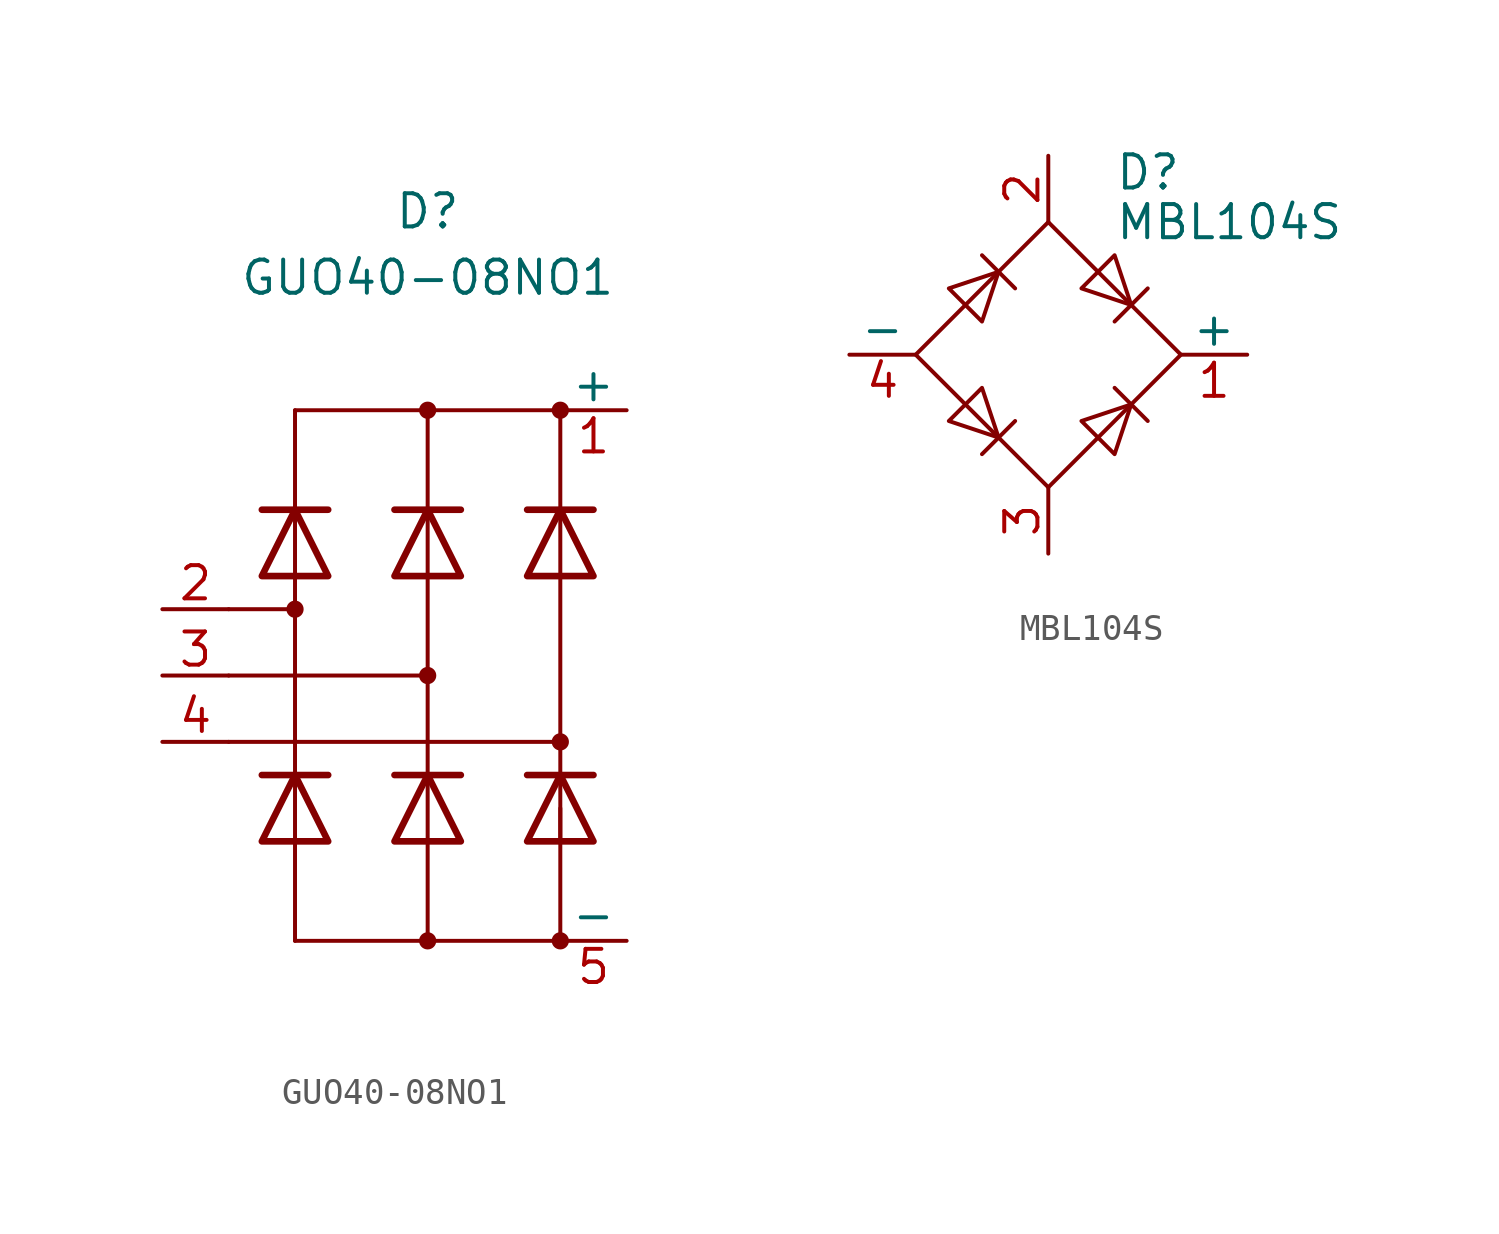
<source format=kicad_sym>
(kicad_symbol_lib
  (version 20201005)
  (generator kicad_symbol_editor)
  (symbol "Diode_Bridge:GUO40-08NO1"
    (pin_names
      (offset 0))
    (property "Reference" "D"
      (at 0 17.78 0)
      (effects (font (size 1.27 1.27))))
    (property "Value" "GUO40-08NO1"
      (at 0 15.24 0)
      (effects (font (size 1.27 1.27))))
    (symbol "GUO40-08NO1_0_1"
      (circle (center -5.08 2.54) (radius 0.254) (stroke (width 0)) (fill (type outline)))
      (circle (center 0 -10.16) (radius 0.254) (stroke (width 0)) (fill (type outline)))
      (circle (center 0 0) (radius 0.254) (stroke (width 0)) (fill (type outline)))
      (circle (center 0 10.16) (radius 0.254) (stroke (width 0)) (fill (type outline)))
      (circle (center 5.08 -10.16) (radius 0.254) (stroke (width 0)) (fill (type outline)))
      (circle (center 5.08 -2.54) (radius 0.254) (stroke (width 0)) (fill (type outline)))
      (circle (center 5.08 10.16) (radius 0.254) (stroke (width 0)) (fill (type outline)))
      (polyline (pts (xy -7.62 -2.54) (xy 5.08 -2.54)) (stroke (width 0)) (fill (type none)))
      (polyline (pts (xy -7.62 0) (xy 0 0)) (stroke (width 0)) (fill (type none)))
      (polyline (pts (xy -7.62 2.54) (xy -5.08 2.54)) (stroke (width 0)) (fill (type none)))
      (polyline (pts (xy -5.08 -10.16) (xy 5.08 -10.16)) (stroke (width 0)) (fill (type none)))
      (polyline (pts (xy -5.08 -6.35) (xy -5.08 -10.16)) (stroke (width 0)) (fill (type none)))
      (polyline (pts (xy -5.08 3.81) (xy -5.08 -3.81)) (stroke (width 0)) (fill (type none)))
      (polyline (pts (xy -5.08 10.16) (xy -5.08 6.35)) (stroke (width 0)) (fill (type none)))
      (polyline (pts (xy -5.08 10.16) (xy 5.08 10.16)) (stroke (width 0)) (fill (type none)))
      (polyline (pts (xy 0 -6.35) (xy 0 -10.16)) (stroke (width 0)) (fill (type none)))
      (polyline (pts (xy 0 3.81) (xy 0 -3.81)) (stroke (width 0)) (fill (type none)))
      (polyline (pts (xy 0 6.35) (xy 0 10.16)) (stroke (width 0)) (fill (type none)))
      (polyline (pts (xy 5.08 -10.16) (xy 5.08 -5.08)) (stroke (width 0)) (fill (type none)))
      (polyline (pts (xy 5.08 3.81) (xy 5.08 -3.81)) (stroke (width 0)) (fill (type none)))
      (polyline (pts (xy 5.08 10.16) (xy 5.08 6.35)) (stroke (width 0)) (fill (type none))))
    (symbol "GUO40-08NO1_1_1"
      (polyline (pts (xy -5.08 -6.35) (xy -5.08 -3.81)) (stroke (width 0)) (fill (type none)))
      (polyline (pts (xy -5.08 3.81) (xy -5.08 6.35)) (stroke (width 0)) (fill (type none)))
      (polyline (pts (xy -3.81 -3.81) (xy -6.35 -3.81)) (stroke (width 0.254)) (fill (type none)))
      (polyline (pts (xy -3.81 6.35) (xy -6.35 6.35)) (stroke (width 0.254)) (fill (type none)))
      (polyline (pts (xy 0 -6.35) (xy 0 -3.81)) (stroke (width 0)) (fill (type none)))
      (polyline (pts (xy 0 3.81) (xy 0 6.35)) (stroke (width 0)) (fill (type none)))
      (polyline (pts (xy 1.27 -3.81) (xy -1.27 -3.81)) (stroke (width 0.254)) (fill (type none)))
      (polyline (pts (xy 1.27 6.35) (xy -1.27 6.35)) (stroke (width 0.254)) (fill (type none)))
      (polyline (pts (xy 5.08 -6.35) (xy 5.08 -3.81)) (stroke (width 0)) (fill (type none)))
      (polyline (pts (xy 5.08 3.81) (xy 5.08 6.35)) (stroke (width 0)) (fill (type none)))
      (polyline (pts (xy 6.35 -3.81) (xy 3.81 -3.81)) (stroke (width 0.254)) (fill (type none)))
      (polyline (pts (xy 6.35 6.35) (xy 3.81 6.35)) (stroke (width 0.254)) (fill (type none)))
      (polyline (pts (xy -3.81 -6.35) (xy -6.35 -6.35) (xy -5.08 -3.81) (xy -3.81 -6.35)) (stroke (width 0.254)) (fill (type none)))
      (polyline (pts (xy -3.81 3.81) (xy -6.35 3.81) (xy -5.08 6.35) (xy -3.81 3.81)) (stroke (width 0.254)) (fill (type none)))
      (polyline (pts (xy 1.27 -6.35) (xy -1.27 -6.35) (xy 0 -3.81) (xy 1.27 -6.35)) (stroke (width 0.254)) (fill (type none)))
      (polyline (pts (xy 1.27 3.81) (xy -1.27 3.81) (xy 0 6.35) (xy 1.27 3.81)) (stroke (width 0.254)) (fill (type none)))
      (polyline (pts (xy 6.35 -6.35) (xy 3.81 -6.35) (xy 5.08 -3.81) (xy 6.35 -6.35)) (stroke (width 0.254)) (fill (type none)))
      (polyline (pts (xy 6.35 3.81) (xy 3.81 3.81) (xy 5.08 6.35) (xy 6.35 3.81)) (stroke (width 0.254)) (fill (type none)))
      (pin passive line (at 7.62 10.16 180) (length 2.54) (name "+" (effects (font (size 1.27 1.27)))) (number "1" (effects (font (size 1.27 1.27)))))
      (pin passive line (at -10.16 2.54 0) (length 2.54) (name "~~" (effects (font (size 1.27 1.27)))) (number "2" (effects (font (size 1.27 1.27)))))
      (pin passive line (at -10.16 0 0) (length 2.54) (name "~~" (effects (font (size 1.27 1.27)))) (number "3" (effects (font (size 1.27 1.27)))))
      (pin passive line (at -10.16 -2.54 0) (length 2.54) (name "~~" (effects (font (size 1.27 1.27)))) (number "4" (effects (font (size 1.27 1.27)))))
      (pin passive line (at 7.62 -10.16 180) (length 2.54) (name "-" (effects (font (size 1.27 1.27)))) (number "5" (effects (font (size 1.27 1.27)))))))
  (symbol "Diode_Bridge:MBL104S"
    (pin_names
      (offset 0))
    (property "Reference" "D"
      (at 2.54 6.985 0)
      (effects (font (size 1.27 1.27)) (justify left)))
    (property "Value" "MBL104S"
      (at 2.54 5.08 0)
      (effects (font (size 1.27 1.27)) (justify left)))
    (symbol "MBL104S_0_1"
      (polyline (pts (xy -2.54 3.81) (xy -1.27 2.54)) (stroke (width 0)) (fill (type none)))
      (polyline (pts (xy -1.27 -2.54) (xy -2.54 -3.81)) (stroke (width 0)) (fill (type none)))
      (polyline (pts (xy 2.54 -1.27) (xy 3.81 -2.54)) (stroke (width 0)) (fill (type none)))
      (polyline (pts (xy 2.54 1.27) (xy 3.81 2.54)) (stroke (width 0)) (fill (type none)))
      (polyline (pts (xy -3.81 2.54) (xy -2.54 1.27) (xy -1.905 3.175) (xy -3.81 2.54)) (stroke (width 0)) (fill (type none)))
      (polyline (pts (xy -2.54 -1.27) (xy -3.81 -2.54) (xy -1.905 -3.175) (xy -2.54 -1.27)) (stroke (width 0)) (fill (type none)))
      (polyline (pts (xy 1.27 2.54) (xy 2.54 3.81) (xy 3.175 1.905) (xy 1.27 2.54)) (stroke (width 0)) (fill (type none)))
      (polyline (pts (xy 3.175 -1.905) (xy 1.27 -2.54) (xy 2.54 -3.81) (xy 3.175 -1.905)) (stroke (width 0)) (fill (type none)))
      (polyline (pts (xy -5.08 0) (xy 0 -5.08) (xy 5.08 0) (xy 0 5.08) (xy -5.08 0)) (stroke (width 0)) (fill (type none))))
    (symbol "MBL104S_1_1"
      (pin passive line (at 7.62 0 180) (length 2.54) (name "+" (effects (font (size 1.27 1.27)))) (number "1" (effects (font (size 1.27 1.27)))))
      (pin passive line (at 0 7.62 270) (length 2.54) (name "~~" (effects (font (size 1.27 1.27)))) (number "2" (effects (font (size 1.27 1.27)))))
      (pin passive line (at 0 -7.62 90) (length 2.54) (name "~~" (effects (font (size 1.27 1.27)))) (number "3" (effects (font (size 1.27 1.27)))))
      (pin passive line (at -7.62 0 0) (length 2.54) (name "-" (effects (font (size 1.27 1.27)))) (number "4" (effects (font (size 1.27 1.27))))))))
</source>
